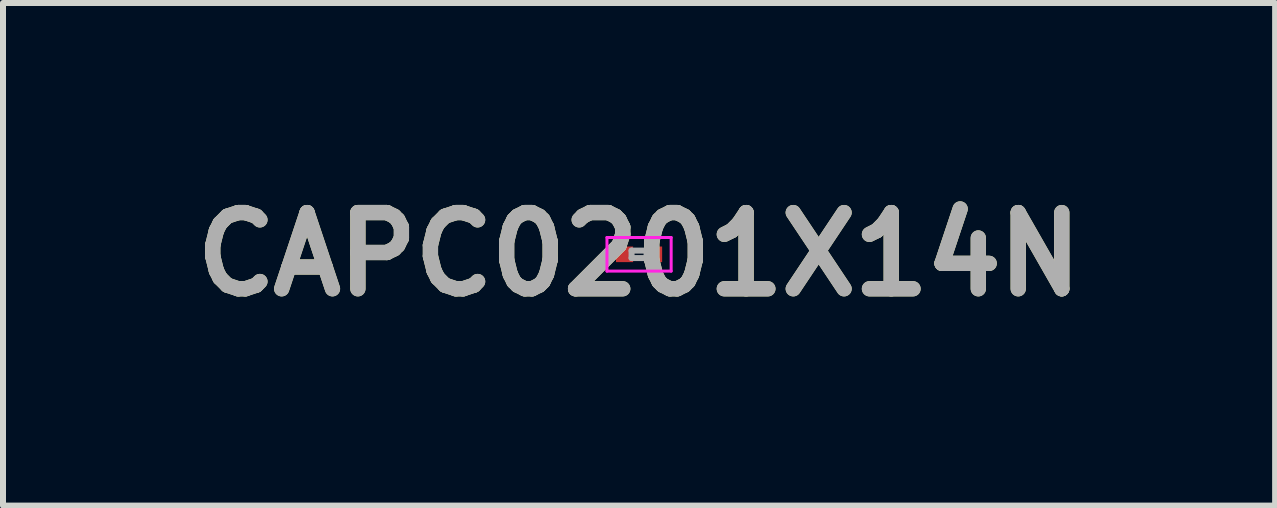
<source format=kicad_pcb>
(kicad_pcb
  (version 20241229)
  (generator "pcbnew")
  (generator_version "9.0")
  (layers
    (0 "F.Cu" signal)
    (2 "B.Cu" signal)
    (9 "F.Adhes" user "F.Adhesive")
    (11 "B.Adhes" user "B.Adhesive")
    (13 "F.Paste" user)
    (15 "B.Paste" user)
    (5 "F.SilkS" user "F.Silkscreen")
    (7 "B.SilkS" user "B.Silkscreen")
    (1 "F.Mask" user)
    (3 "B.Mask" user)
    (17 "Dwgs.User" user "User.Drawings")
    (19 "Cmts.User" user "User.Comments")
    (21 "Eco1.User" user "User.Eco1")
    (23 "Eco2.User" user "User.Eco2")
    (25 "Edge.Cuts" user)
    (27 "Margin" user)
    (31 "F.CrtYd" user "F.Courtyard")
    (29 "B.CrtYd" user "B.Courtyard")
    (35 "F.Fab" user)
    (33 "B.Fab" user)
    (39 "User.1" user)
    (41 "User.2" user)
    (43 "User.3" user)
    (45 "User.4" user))
  (footprint "CAPC0201X14N"
    (layer "F.Cu")
    (at 7.602 1.189)
    (property "Reference" "CAPC0201X14N" (at 0 0 0) (layer "F.SilkS") (effects (font (size 1.27 1.27) (thickness 0.254))))
    (attr smd)
    (fp_line (start -0.535 -0.28) (end 0.535 -0.28) (stroke (width 0.05) (type solid)) (layer "F.CrtYd"))
    (fp_line (start -0.535 0.28) (end -0.535 -0.28) (stroke (width 0.05) (type solid)) (layer "F.CrtYd"))
    (fp_line (start 0.535 -0.28) (end 0.535 0.28) (stroke (width 0.05) (type solid)) (layer "F.CrtYd"))
    (fp_line (start 0.535 0.28) (end -0.535 0.28) (stroke (width 0.05) (type solid)) (layer "F.CrtYd"))
    (fp_line (start -0.125 -0.062) (end 0.125 -0.062) (stroke (width 0.1) (type solid)) (layer "F.Fab"))
    (fp_line (start -0.125 0.062) (end -0.125 -0.062) (stroke (width 0.1) (type solid)) (layer "F.Fab"))
    (fp_line (start 0.125 -0.062) (end 0.125 0.062) (stroke (width 0.1) (type solid)) (layer "F.Fab"))
    (fp_line (start 0.125 0.062) (end -0.125 0.062) (stroke (width 0.1) (type solid)) (layer "F.Fab"))
    (fp_text user "${REFERENCE}" (at 0 0 0) (layer "F.Fab") (effects (font (size 1.27 1.27) (thickness 0.254))))
    (pad "1" smd rect (at -0.242 0 90) (size 0.26 0.285) (layers "F.Cu" "F.Mask" "F.Paste"))
    (pad "2" smd rect (at 0.242 0 90) (size 0.26 0.285) (layers "F.Cu" "F.Mask" "F.Paste")))
  (gr_rect
    (start -3 -3)
    (end 18.204 5.377)
    (stroke (width 0.1) (type default))
    (fill no)
    (layer "Edge.Cuts")))
</source>
